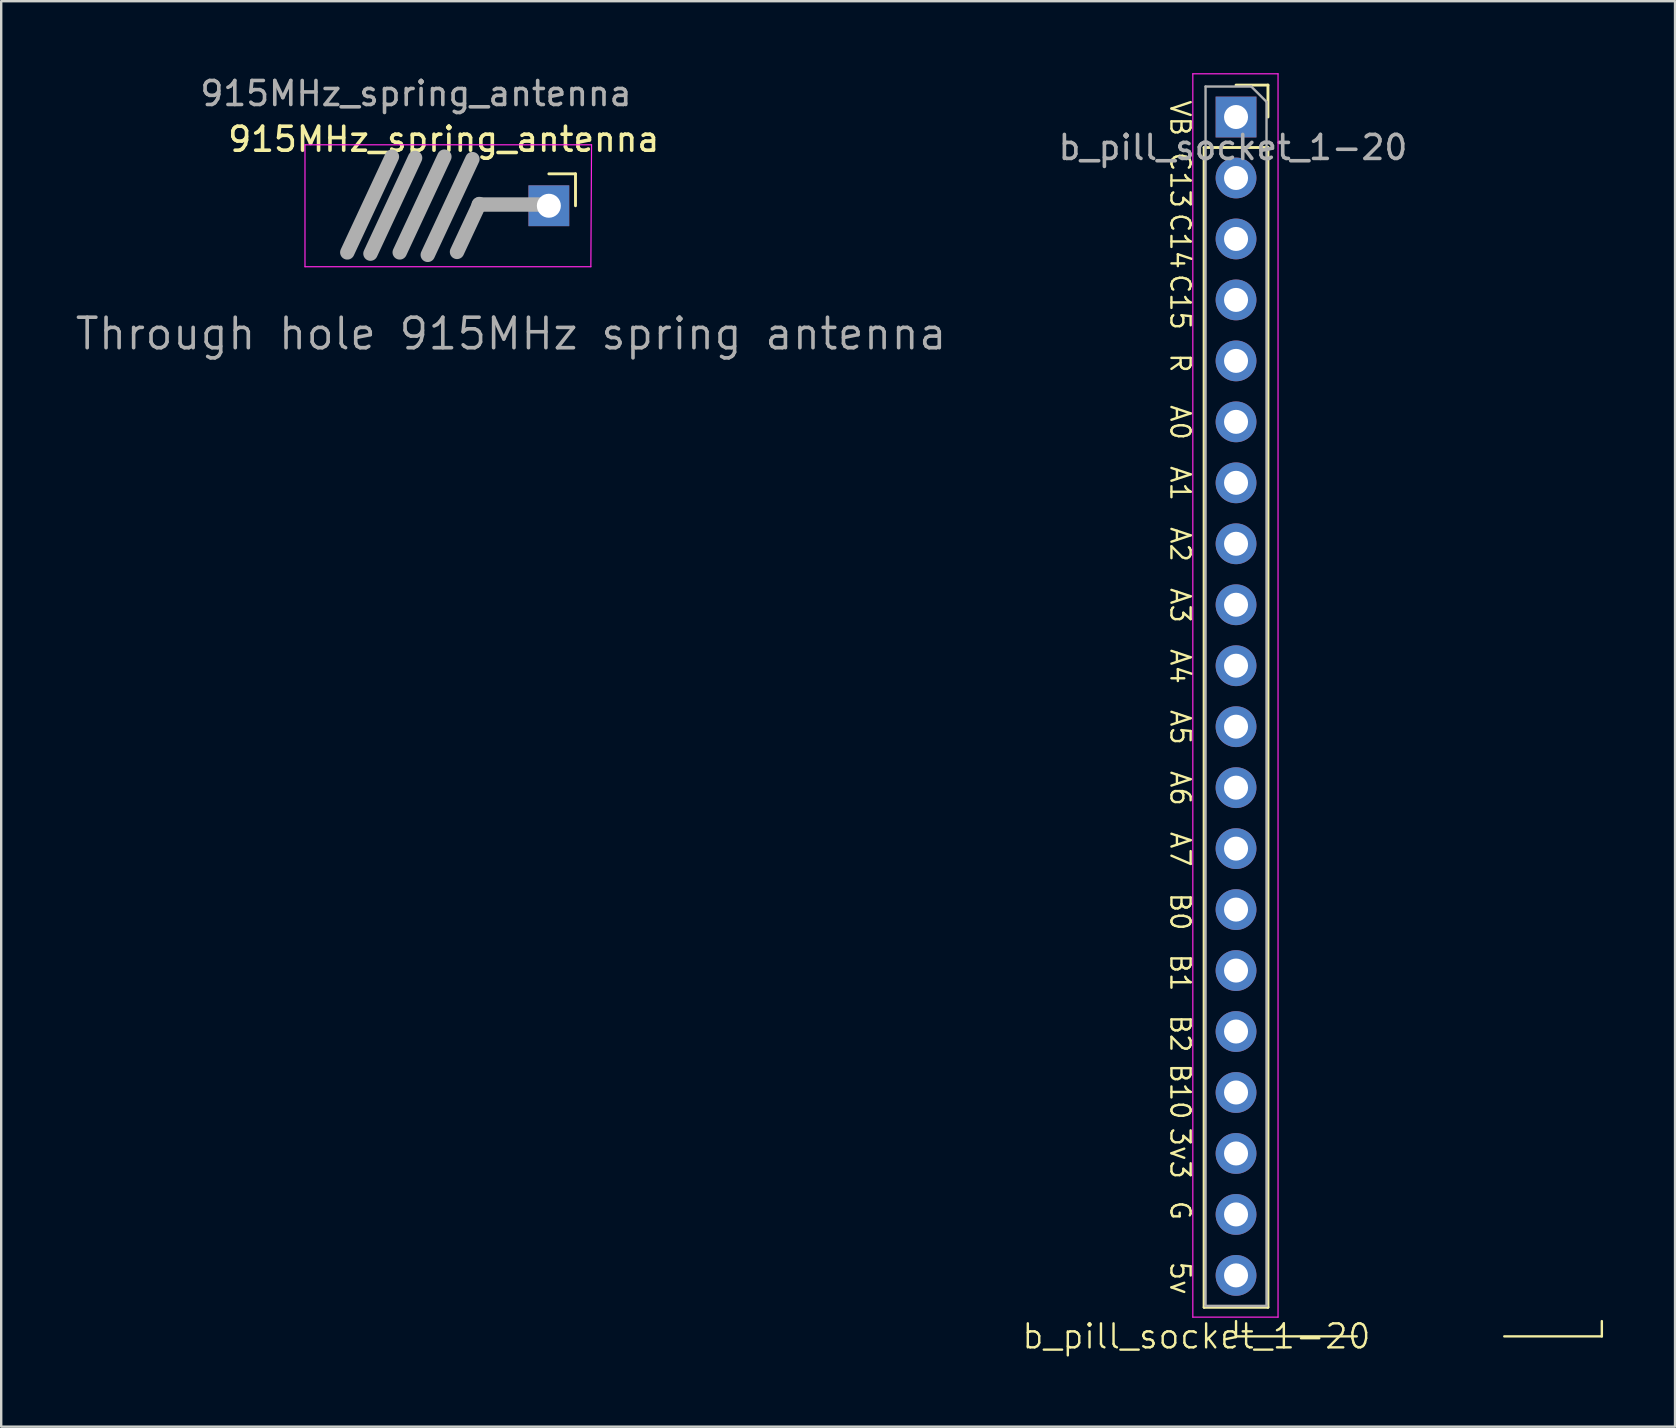
<source format=kicad_pcb>
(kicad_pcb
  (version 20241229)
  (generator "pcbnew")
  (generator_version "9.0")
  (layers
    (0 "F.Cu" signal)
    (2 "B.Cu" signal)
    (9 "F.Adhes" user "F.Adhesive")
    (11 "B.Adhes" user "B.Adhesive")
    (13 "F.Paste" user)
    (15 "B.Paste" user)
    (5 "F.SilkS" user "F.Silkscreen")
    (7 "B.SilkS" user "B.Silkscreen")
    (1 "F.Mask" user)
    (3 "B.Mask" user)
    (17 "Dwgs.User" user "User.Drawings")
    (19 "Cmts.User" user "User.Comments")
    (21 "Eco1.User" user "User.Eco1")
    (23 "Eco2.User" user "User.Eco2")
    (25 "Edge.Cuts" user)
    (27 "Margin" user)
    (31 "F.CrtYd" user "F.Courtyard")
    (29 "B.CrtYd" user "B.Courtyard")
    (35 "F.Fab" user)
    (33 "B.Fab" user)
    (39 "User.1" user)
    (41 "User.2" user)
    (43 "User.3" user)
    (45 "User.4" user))
  (footprint "915MHz_spring_antenna"
    (layer "F.Cu")
    (at 19.816 5.522)
    (property "Reference" "915MHz_spring_antenna" (at -4.38 -2.77 0) (layer "F.SilkS") (effects (font (size 1 1) (thickness 0.15))))
    (property "Description" "Through hole 915MHz spring antenna" (at -1.575 5.334 0) (unlocked yes) (layer "F.Fab") (effects (font (size 1.27 1.27) (thickness 0.15))))
    (attr through_hole)
    (fp_line (start 0 -1.33) (end 1.11 -1.33) (stroke (width 0.12) (type solid)) (layer "F.SilkS"))
    (fp_line (start 1.11 -1.33) (end 1.11 0) (stroke (width 0.12) (type solid)) (layer "F.SilkS"))
    (fp_line (start -10.16 -2.54) (end -10.16 2.54) (stroke (width 0.05) (type solid)) (layer "F.CrtYd"))
    (fp_line (start -10.16 2.54) (end 1.75 2.54) (stroke (width 0.05) (type solid)) (layer "F.CrtYd"))
    (fp_line (start 1.75 2.54) (end 1.778 -2.54) (stroke (width 0.05) (type solid)) (layer "F.CrtYd"))
    (fp_line (start 1.778 -2.54) (end -10.16 -2.54) (stroke (width 0.05) (type solid)) (layer "F.CrtYd"))
    (fp_line (start -8.397 1.943) (end -6.538 -2.045) (stroke (width 0.6) (type solid)) (layer "F.Fab"))
    (fp_line (start -7.432 1.994) (end -5.573 -1.994) (stroke (width 0.6) (type solid)) (layer "F.Fab"))
    (fp_line (start -6.213 1.943) (end -4.353 -2.045) (stroke (width 0.6) (type solid)) (layer "F.Fab"))
    (fp_line (start -5.045 2.045) (end -3.185 -1.943) (stroke (width 0.6) (type solid)) (layer "F.Fab"))
    (fp_line (start -3.826 1.922) (end -2.896 -0.072) (stroke (width 0.6) (type solid)) (layer "F.Fab"))
    (fp_line (start -2.922 -0.051) (end 0.078 -0.051) (stroke (width 0.6) (type solid)) (layer "F.Fab"))
    (fp_line (start 0 0.3) (end 0 -0.3) (stroke (width 0.1) (type solid)) (layer "F.Fab"))
    (fp_text user "${REFERENCE}" (at -5.537 -4.674 0) (layer "F.Fab") (effects (font (size 1 1) (thickness 0.15))))
    (pad "1" thru_hole rect (at 0 0) (size 1.7 1.7) (drill 1) (layers "*.Cu" "*.Mask")))
  (footprint "b_pill_socket_1-20"
    (layer "F.Cu")
    (at 48.445 25.955)
    (property "Reference" "b_pill_socket_1-20" (at -1.651 26.67 0) (unlocked yes) (layer "F.SilkS") (effects (font (size 1 1) (thickness 0.1))))
    (attr through_hole)
    (fp_line (start -1.33 -22.86) (end -1.33 25.46) (stroke (width 0.12) (type solid)) (layer "F.SilkS"))
    (fp_line (start -1.33 -22.86) (end 1.33 -22.86) (stroke (width 0.12) (type solid)) (layer "F.SilkS"))
    (fp_line (start -1.33 25.46) (end 1.33 25.46) (stroke (width 0.12) (type solid)) (layer "F.SilkS"))
    (fp_line (start 0 -25.46) (end 1.33 -25.46) (stroke (width 0.12) (type solid)) (layer "F.SilkS"))
    (fp_line (start 0 26.035) (end 0 26.67) (stroke (width 0.1) (type default)) (layer "F.SilkS"))
    (fp_line (start 0 26.67) (end 5.029 26.67) (stroke (width 0.1) (type default)) (layer "F.SilkS"))
    (fp_line (start 1.33 -25.46) (end 1.33 -24.13) (stroke (width 0.12) (type solid)) (layer "F.SilkS"))
    (fp_line (start 1.33 -22.86) (end 1.33 25.46) (stroke (width 0.12) (type solid)) (layer "F.SilkS"))
    (fp_line (start 15.24 26.67) (end 11.176 26.67) (stroke (width 0.1) (type default)) (layer "F.SilkS"))
    (fp_line (start 15.24 26.67) (end 15.24 26.035) (stroke (width 0.1) (type default)) (layer "F.SilkS"))
    (fp_line (start -1.8 -25.93) (end 1.75 -25.93) (stroke (width 0.05) (type solid)) (layer "F.CrtYd"))
    (fp_line (start -1.8 25.87) (end -1.8 -25.93) (stroke (width 0.05) (type solid)) (layer "F.CrtYd"))
    (fp_line (start 1.75 -25.93) (end 1.75 25.87) (stroke (width 0.05) (type solid)) (layer "F.CrtYd"))
    (fp_line (start 1.75 25.87) (end -1.8 25.87) (stroke (width 0.05) (type solid)) (layer "F.CrtYd"))
    (fp_line (start -1.27 -25.4) (end 0.635 -25.4) (stroke (width 0.1) (type solid)) (layer "F.Fab"))
    (fp_line (start -1.27 25.4) (end -1.27 -25.4) (stroke (width 0.1) (type solid)) (layer "F.Fab"))
    (fp_line (start 0.635 -25.4) (end 1.27 -24.765) (stroke (width 0.1) (type solid)) (layer "F.Fab"))
    (fp_line (start 1.27 -24.765) (end 1.27 25.4) (stroke (width 0.1) (type solid)) (layer "F.Fab"))
    (fp_line (start 1.27 25.4) (end -1.27 25.4) (stroke (width 0.1) (type solid)) (layer "F.Fab"))
    (fp_text user "A3" (at -2.794 -4.572 270) (unlocked yes) (layer "F.SilkS") (effects (font (size 0.8 0.8) (thickness 0.1)) (justify left bottom)))
    (fp_text user "A7" (at -2.794 5.588 270) (unlocked yes) (layer "F.SilkS") (effects (font (size 0.8 0.8) (thickness 0.1)) (justify left bottom)))
    (fp_text user "3v3" (at -2.794 17.907 270) (unlocked yes) (layer "F.SilkS") (effects (font (size 0.8 0.8) (thickness 0.1)) (justify left bottom)))
    (fp_text user "A4" (at -2.794 -2.032 270) (unlocked yes) (layer "F.SilkS") (effects (font (size 0.8 0.8) (thickness 0.1)) (justify left bottom)))
    (fp_text user "A6" (at -2.794 3.048 270) (unlocked yes) (layer "F.SilkS") (effects (font (size 0.8 0.8) (thickness 0.1)) (justify left bottom)))
    (fp_text user "A2" (at -2.794 -7.112 270) (unlocked yes) (layer "F.SilkS") (effects (font (size 0.8 0.8) (thickness 0.1)) (justify left bottom)))
    (fp_text user "5v" (at -2.794 23.495 270) (unlocked yes) (layer "F.SilkS") (effects (font (size 0.8 0.8) (thickness 0.1)) (justify left bottom)))
    (fp_text user "G" (at -2.794 20.955 270) (unlocked yes) (layer "F.SilkS") (effects (font (size 0.8 0.8) (thickness 0.1)) (justify left bottom)))
    (fp_text user "A1" (at -2.794 -9.652 270) (unlocked yes) (layer "F.SilkS") (effects (font (size 0.8 0.8) (thickness 0.1)) (justify left bottom)))
    (fp_text user "C13" (at -2.794 -22.733 270) (unlocked yes) (layer "F.SilkS") (effects (font (size 0.8 0.8) (thickness 0.1)) (justify left bottom)))
    (fp_text user "R" (at -2.794 -14.351 270) (unlocked yes) (layer "F.SilkS") (effects (font (size 0.8 0.8) (thickness 0.1)) (justify left bottom)))
    (fp_text user "B2" (at -2.794 13.208 270) (unlocked yes) (layer "F.SilkS") (effects (font (size 0.8 0.8) (thickness 0.1)) (justify left bottom)))
    (fp_text user "C14" (at -2.794 -20.193 270) (unlocked yes) (layer "F.SilkS") (effects (font (size 0.8 0.8) (thickness 0.1)) (justify left bottom)))
    (fp_text user "VB" (at -2.794 -24.892 270) (unlocked yes) (layer "F.SilkS") (effects (font (size 0.8 0.8) (thickness 0.1)) (justify left bottom)))
    (fp_text user "A5" (at -2.794 0.508 270) (unlocked yes) (layer "F.SilkS") (effects (font (size 0.8 0.8) (thickness 0.1)) (justify left bottom)))
    (fp_text user "B0" (at -2.794 8.128 270) (unlocked yes) (layer "F.SilkS") (effects (font (size 0.8 0.8) (thickness 0.1)) (justify left bottom)))
    (fp_text user "B1" (at -2.794 10.668 270) (unlocked yes) (layer "F.SilkS") (effects (font (size 0.8 0.8) (thickness 0.1)) (justify left bottom)))
    (fp_text user "C15" (at -2.794 -17.653 270) (unlocked yes) (layer "F.SilkS") (effects (font (size 0.8 0.8) (thickness 0.1)) (justify left bottom)))
    (fp_text user "B10" (at -2.794 15.24 270) (unlocked yes) (layer "F.SilkS") (effects (font (size 0.8 0.8) (thickness 0.1)) (justify left bottom)))
    (fp_text user "A0" (at -2.794 -12.192 270) (unlocked yes) (layer "F.SilkS") (effects (font (size 0.8 0.8) (thickness 0.1)) (justify left bottom)))
    (fp_text user "${REFERENCE}" (at -0.127 -22.86 0) (unlocked yes) (layer "F.Fab") (effects (font (size 1 1) (thickness 0.15))))
    (pad "1" thru_hole rect (at 0 -24.13) (size 1.7 1.7) (drill 1) (layers "*.Cu" "*.Mask"))
    (pad "2" thru_hole oval (at 0 -21.59) (size 1.7 1.7) (drill 1) (layers "*.Cu" "*.Mask"))
    (pad "3" thru_hole oval (at 0 -19.05) (size 1.7 1.7) (drill 1) (layers "*.Cu" "*.Mask"))
    (pad "4" thru_hole oval (at 0 -16.51) (size 1.7 1.7) (drill 1) (layers "*.Cu" "*.Mask"))
    (pad "5" thru_hole oval (at 0 -13.97) (size 1.7 1.7) (drill 1) (layers "*.Cu" "*.Mask"))
    (pad "6" thru_hole oval (at 0 -11.43) (size 1.7 1.7) (drill 1) (layers "*.Cu" "*.Mask"))
    (pad "7" thru_hole oval (at 0 -8.89) (size 1.7 1.7) (drill 1) (layers "*.Cu" "*.Mask"))
    (pad "8" thru_hole oval (at 0 -6.35) (size 1.7 1.7) (drill 1) (layers "*.Cu" "*.Mask"))
    (pad "9" thru_hole oval (at 0 -3.81) (size 1.7 1.7) (drill 1) (layers "*.Cu" "*.Mask"))
    (pad "10" thru_hole oval (at 0 -1.27) (size 1.7 1.7) (drill 1) (layers "*.Cu" "*.Mask"))
    (pad "11" thru_hole oval (at 0 1.27) (size 1.7 1.7) (drill 1) (layers "*.Cu" "*.Mask"))
    (pad "12" thru_hole oval (at 0 3.81) (size 1.7 1.7) (drill 1) (layers "*.Cu" "*.Mask"))
    (pad "13" thru_hole oval (at 0 6.35) (size 1.7 1.7) (drill 1) (layers "*.Cu" "*.Mask"))
    (pad "14" thru_hole oval (at 0 8.89) (size 1.7 1.7) (drill 1) (layers "*.Cu" "*.Mask"))
    (pad "15" thru_hole oval (at 0 11.43) (size 1.7 1.7) (drill 1) (layers "*.Cu" "*.Mask"))
    (pad "16" thru_hole oval (at 0 13.97) (size 1.7 1.7) (drill 1) (layers "*.Cu" "*.Mask"))
    (pad "17" thru_hole oval (at 0 16.51) (size 1.7 1.7) (drill 1) (layers "*.Cu" "*.Mask"))
    (pad "18" thru_hole oval (at 0 19.05) (size 1.7 1.7) (drill 1) (layers "*.Cu" "*.Mask"))
    (pad "19" thru_hole oval (at 0 21.59) (size 1.7 1.7) (drill 1) (layers "*.Cu" "*.Mask"))
    (pad "20" thru_hole oval (at 0 24.13) (size 1.7 1.7) (drill 1) (layers "*.Cu" "*.Mask")))
  (gr_rect
    (start -3 -3)
    (end 66.735 56.386)
    (stroke (width 0.1) (type default))
    (fill no)
    (layer "Edge.Cuts")))
</source>
